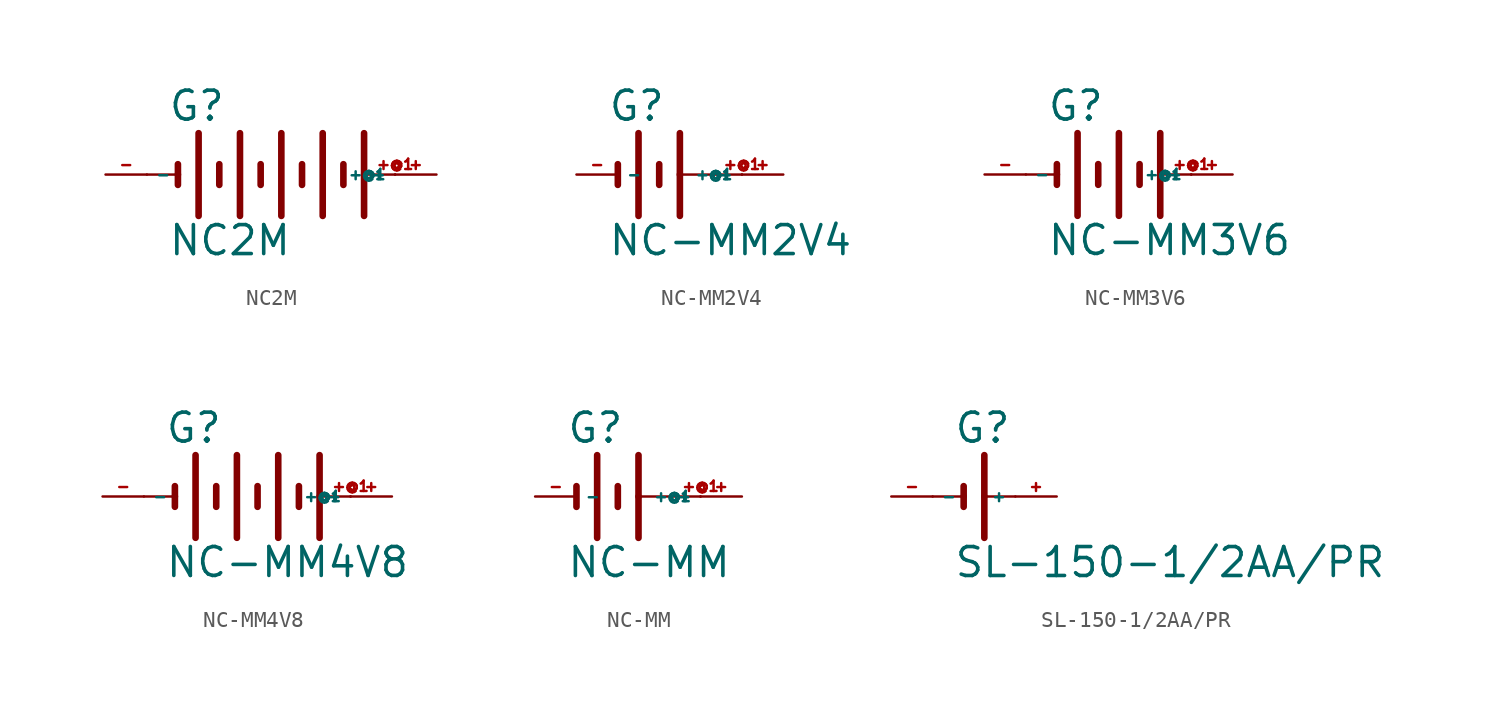
<source format=kicad_sym>
(kicad_symbol_lib
  (version 20220914)
  (generator Eagle2Kicad)
  (symbol "NC2M"
    (property "Reference" "G"
      (at -6.35 3.175 0)
      (effects (font (size 1.778 1.778) (thickness 0.22)) (justify left bottom)))
    (property "Value" "NC2M"
      (at -6.35 -5.08 0)
      (effects (font (size 1.778 1.778) (thickness 0.22)) (justify left bottom)))
    (polyline
      (pts (xy -5.715 0.635) (xy -5.715 0))
      (stroke (width 0.406) (type default))
      (fill (type none)))
    (polyline
      (pts (xy -7.62 0) (xy -5.715 0))
      (stroke (width 0.152) (type default))
      (fill (type none)))
    (polyline
      (pts (xy -5.715 0) (xy -5.715 -0.635))
      (stroke (width 0.406) (type default))
      (fill (type none)))
    (polyline
      (pts (xy -4.445 2.54) (xy -4.445 -2.54))
      (stroke (width 0.406) (type default))
      (fill (type none)))
    (polyline
      (pts (xy -3.175 0.635) (xy -3.175 -0.635))
      (stroke (width 0.406) (type default))
      (fill (type none)))
    (polyline
      (pts (xy 5.715 2.54) (xy 5.715 0))
      (stroke (width 0.406) (type default))
      (fill (type none)))
    (polyline
      (pts (xy 5.715 0) (xy 7.62 0))
      (stroke (width 0.152) (type default))
      (fill (type none)))
    (polyline
      (pts (xy 5.715 0) (xy 5.715 -2.54))
      (stroke (width 0.406) (type default))
      (fill (type none)))
    (polyline
      (pts (xy -1.905 2.54) (xy -1.905 -2.54))
      (stroke (width 0.406) (type default))
      (fill (type none)))
    (polyline
      (pts (xy -0.635 0.635) (xy -0.635 -0.635))
      (stroke (width 0.406) (type default))
      (fill (type none)))
    (polyline
      (pts (xy 0.635 2.54) (xy 0.635 -2.54))
      (stroke (width 0.406) (type default))
      (fill (type none)))
    (polyline
      (pts (xy 1.905 0.635) (xy 1.905 -0.635))
      (stroke (width 0.406) (type default))
      (fill (type none)))
    (polyline
      (pts (xy 4.445 0.635) (xy 4.445 -0.635))
      (stroke (width 0.406) (type default))
      (fill (type none)))
    (polyline
      (pts (xy 3.175 2.54) (xy 3.175 -2.54))
      (stroke (width 0.406) (type default))
      (fill (type none)))
    (pin passive line
      (at 10.16 0 180)
      (length 2.54)
      (name "+" (effects (font (size 0.635 0.635) (thickness 0.08)) (justify left bottom)))
      (number "+" (effects (font (size 0.635 0.635) (thickness 0.08)) (justify left bottom))))
    (pin passive line
      (at -10.16 0 0)
      (length 2.54)
      (name "-" (effects (font (size 0.635 0.635) (thickness 0.08)) (justify left bottom)))
      (number "-" (effects (font (size 0.635 0.635) (thickness 0.08)) (justify left bottom))))
    (pin passive line
      (at 7.62 0 180)
      (length 0)
      (name "+@1" (effects (font (size 0.635 0.635) (thickness 0.08)) (justify left bottom)))
      (number "+@1" (effects (font (size 0.635 0.635) (thickness 0.08)) (justify left bottom)))))
  (symbol "NC-MM2V4"
    (property "Reference" "G"
      (at -3.175 3.175 0)
      (effects (font (size 1.778 1.778) (thickness 0.22)) (justify left bottom)))
    (property "Value" "NC-MM2V4"
      (at -3.175 -5.08 0)
      (effects (font (size 1.778 1.778) (thickness 0.22)) (justify left bottom)))
    (polyline
      (pts (xy -2.54 0.635) (xy -2.54 -0.635))
      (stroke (width 0.406) (type default))
      (fill (type none)))
    (polyline
      (pts (xy -1.27 2.54) (xy -1.27 -2.54))
      (stroke (width 0.406) (type default))
      (fill (type none)))
    (polyline
      (pts (xy 0 0.635) (xy 0 -0.635))
      (stroke (width 0.406) (type default))
      (fill (type none)))
    (polyline
      (pts (xy 1.27 2.54) (xy 1.27 0))
      (stroke (width 0.406) (type default))
      (fill (type none)))
    (polyline
      (pts (xy 1.27 0) (xy 5.08 0))
      (stroke (width 0.152) (type default))
      (fill (type none)))
    (polyline
      (pts (xy 1.27 0) (xy 1.27 -2.54))
      (stroke (width 0.406) (type default))
      (fill (type none)))
    (pin passive line
      (at 7.62 0 180)
      (length 2.54)
      (name "+" (effects (font (size 0.635 0.635) (thickness 0.08)) (justify left bottom)))
      (number "+" (effects (font (size 0.635 0.635) (thickness 0.08)) (justify left bottom))))
    (pin passive line
      (at -5.08 0 0)
      (length 2.54)
      (name "-" (effects (font (size 0.635 0.635) (thickness 0.08)) (justify left bottom)))
      (number "-" (effects (font (size 0.635 0.635) (thickness 0.08)) (justify left bottom))))
    (pin passive line
      (at 5.08 0 180)
      (length 0)
      (name "+@1" (effects (font (size 0.635 0.635) (thickness 0.08)) (justify left bottom)))
      (number "+@1" (effects (font (size 0.635 0.635) (thickness 0.08)) (justify left bottom)))))
  (symbol "NC-MM3V6"
    (property "Reference" "G"
      (at -3.81 3.175 0)
      (effects (font (size 1.778 1.778) (thickness 0.22)) (justify left bottom)))
    (property "Value" "NC-MM3V6"
      (at -3.81 -5.08 0)
      (effects (font (size 1.778 1.778) (thickness 0.22)) (justify left bottom)))
    (polyline
      (pts (xy -3.175 0.635) (xy -3.175 0))
      (stroke (width 0.406) (type default))
      (fill (type none)))
    (polyline
      (pts (xy -5.08 0) (xy -3.175 0))
      (stroke (width 0.152) (type default))
      (fill (type none)))
    (polyline
      (pts (xy -3.175 0) (xy -3.175 -0.635))
      (stroke (width 0.406) (type default))
      (fill (type none)))
    (polyline
      (pts (xy -1.905 2.54) (xy -1.905 -2.54))
      (stroke (width 0.406) (type default))
      (fill (type none)))
    (polyline
      (pts (xy 1.905 0.635) (xy 1.905 -0.635))
      (stroke (width 0.406) (type default))
      (fill (type none)))
    (polyline
      (pts (xy 3.175 2.54) (xy 3.175 0))
      (stroke (width 0.406) (type default))
      (fill (type none)))
    (polyline
      (pts (xy 3.175 0) (xy 5.08 0))
      (stroke (width 0.152) (type default))
      (fill (type none)))
    (polyline
      (pts (xy 3.175 0) (xy 3.175 -2.54))
      (stroke (width 0.406) (type default))
      (fill (type none)))
    (polyline
      (pts (xy 0.635 2.54) (xy 0.635 -2.54))
      (stroke (width 0.406) (type default))
      (fill (type none)))
    (polyline
      (pts (xy -0.635 0.635) (xy -0.635 -0.635))
      (stroke (width 0.406) (type default))
      (fill (type none)))
    (pin passive line
      (at 7.62 0 180)
      (length 2.54)
      (name "+" (effects (font (size 0.635 0.635) (thickness 0.08)) (justify left bottom)))
      (number "+" (effects (font (size 0.635 0.635) (thickness 0.08)) (justify left bottom))))
    (pin passive line
      (at -7.62 0 0)
      (length 2.54)
      (name "-" (effects (font (size 0.635 0.635) (thickness 0.08)) (justify left bottom)))
      (number "-" (effects (font (size 0.635 0.635) (thickness 0.08)) (justify left bottom))))
    (pin passive line
      (at 5.08 0 180)
      (length 0)
      (name "+@1" (effects (font (size 0.635 0.635) (thickness 0.08)) (justify left bottom)))
      (number "+@1" (effects (font (size 0.635 0.635) (thickness 0.08)) (justify left bottom)))))
  (symbol "NC-MM4V8"
    (property "Reference" "G"
      (at -6.35 3.175 0)
      (effects (font (size 1.778 1.778) (thickness 0.22)) (justify left bottom)))
    (property "Value" "NC-MM4V8"
      (at -6.35 -5.08 0)
      (effects (font (size 1.778 1.778) (thickness 0.22)) (justify left bottom)))
    (polyline
      (pts (xy -5.715 0.635) (xy -5.715 0))
      (stroke (width 0.406) (type default))
      (fill (type none)))
    (polyline
      (pts (xy -7.62 0) (xy -5.715 0))
      (stroke (width 0.152) (type default))
      (fill (type none)))
    (polyline
      (pts (xy -5.715 0) (xy -5.715 -0.635))
      (stroke (width 0.406) (type default))
      (fill (type none)))
    (polyline
      (pts (xy -4.445 2.54) (xy -4.445 -2.54))
      (stroke (width 0.406) (type default))
      (fill (type none)))
    (polyline
      (pts (xy -3.175 0.635) (xy -3.175 -0.635))
      (stroke (width 0.406) (type default))
      (fill (type none)))
    (polyline
      (pts (xy 3.175 2.54) (xy 3.175 0))
      (stroke (width 0.406) (type default))
      (fill (type none)))
    (polyline
      (pts (xy 3.175 0) (xy 5.08 0))
      (stroke (width 0.152) (type default))
      (fill (type none)))
    (polyline
      (pts (xy 3.175 0) (xy 3.175 -2.54))
      (stroke (width 0.406) (type default))
      (fill (type none)))
    (polyline
      (pts (xy -1.905 2.54) (xy -1.905 -2.54))
      (stroke (width 0.406) (type default))
      (fill (type none)))
    (polyline
      (pts (xy -0.635 0.635) (xy -0.635 -0.635))
      (stroke (width 0.406) (type default))
      (fill (type none)))
    (polyline
      (pts (xy 0.635 2.54) (xy 0.635 -2.54))
      (stroke (width 0.406) (type default))
      (fill (type none)))
    (polyline
      (pts (xy 1.905 0.635) (xy 1.905 -0.635))
      (stroke (width 0.406) (type default))
      (fill (type none)))
    (pin passive line
      (at 7.62 0 180)
      (length 2.54)
      (name "+" (effects (font (size 0.635 0.635) (thickness 0.08)) (justify left bottom)))
      (number "+" (effects (font (size 0.635 0.635) (thickness 0.08)) (justify left bottom))))
    (pin passive line
      (at -10.16 0 0)
      (length 2.54)
      (name "-" (effects (font (size 0.635 0.635) (thickness 0.08)) (justify left bottom)))
      (number "-" (effects (font (size 0.635 0.635) (thickness 0.08)) (justify left bottom))))
    (pin passive line
      (at 5.08 0 180)
      (length 0)
      (name "+@1" (effects (font (size 0.635 0.635) (thickness 0.08)) (justify left bottom)))
      (number "+@1" (effects (font (size 0.635 0.635) (thickness 0.08)) (justify left bottom)))))
  (symbol "NC-MM"
    (property "Reference" "G"
      (at -3.175 3.175 0)
      (effects (font (size 1.778 1.778) (thickness 0.22)) (justify left bottom)))
    (property "Value" "NC-MM"
      (at -3.175 -5.08 0)
      (effects (font (size 1.778 1.778) (thickness 0.22)) (justify left bottom)))
    (polyline
      (pts (xy -2.54 0.635) (xy -2.54 -0.635))
      (stroke (width 0.406) (type default))
      (fill (type none)))
    (polyline
      (pts (xy -1.27 2.54) (xy -1.27 -2.54))
      (stroke (width 0.406) (type default))
      (fill (type none)))
    (polyline
      (pts (xy 0 0.635) (xy 0 -0.635))
      (stroke (width 0.406) (type default))
      (fill (type none)))
    (polyline
      (pts (xy 1.27 2.54) (xy 1.27 0))
      (stroke (width 0.406) (type default))
      (fill (type none)))
    (polyline
      (pts (xy 1.27 0) (xy 5.08 0))
      (stroke (width 0.152) (type default))
      (fill (type none)))
    (polyline
      (pts (xy 1.27 0) (xy 1.27 -2.54))
      (stroke (width 0.406) (type default))
      (fill (type none)))
    (pin passive line
      (at 7.62 0 180)
      (length 2.54)
      (name "+" (effects (font (size 0.635 0.635) (thickness 0.08)) (justify left bottom)))
      (number "+" (effects (font (size 0.635 0.635) (thickness 0.08)) (justify left bottom))))
    (pin passive line
      (at -5.08 0 0)
      (length 2.54)
      (name "-" (effects (font (size 0.635 0.635) (thickness 0.08)) (justify left bottom)))
      (number "-" (effects (font (size 0.635 0.635) (thickness 0.08)) (justify left bottom))))
    (pin passive line
      (at 5.08 0 180)
      (length 0)
      (name "+@1" (effects (font (size 0.635 0.635) (thickness 0.08)) (justify left bottom)))
      (number "+@1" (effects (font (size 0.635 0.635) (thickness 0.08)) (justify left bottom)))))
  (symbol "SL-150-1/2AA/PR"
    (property "Reference" "G"
      (at -1.27 3.175 0)
      (effects (font (size 1.778 1.778) (thickness 0.22)) (justify left bottom)))
    (property "Value" "SL-150-1/2AA/PR"
      (at -1.27 -5.08 0)
      (effects (font (size 1.778 1.778) (thickness 0.22)) (justify left bottom)))
    (polyline
      (pts (xy -0.635 0.635) (xy -0.635 0))
      (stroke (width 0.406) (type default))
      (fill (type none)))
    (polyline
      (pts (xy -2.54 0) (xy -0.635 0))
      (stroke (width 0.152) (type default))
      (fill (type none)))
    (polyline
      (pts (xy -0.635 0) (xy -0.635 -0.635))
      (stroke (width 0.406) (type default))
      (fill (type none)))
    (polyline
      (pts (xy 0.635 2.54) (xy 0.635 0))
      (stroke (width 0.406) (type default))
      (fill (type none)))
    (polyline
      (pts (xy 0.635 0) (xy 2.54 0))
      (stroke (width 0.152) (type default))
      (fill (type none)))
    (polyline
      (pts (xy 0.635 0) (xy 0.635 -2.54))
      (stroke (width 0.406) (type default))
      (fill (type none)))
    (pin passive line
      (at 5.08 0 180)
      (length 2.54)
      (name "+" (effects (font (size 0.635 0.635) (thickness 0.08)) (justify left bottom)))
      (number "+" (effects (font (size 0.635 0.635) (thickness 0.08)) (justify left bottom))))
    (pin passive line
      (at -5.08 0 0)
      (length 2.54)
      (name "-" (effects (font (size 0.635 0.635) (thickness 0.08)) (justify left bottom)))
      (number "-" (effects (font (size 0.635 0.635) (thickness 0.08)) (justify left bottom))))))
</source>
